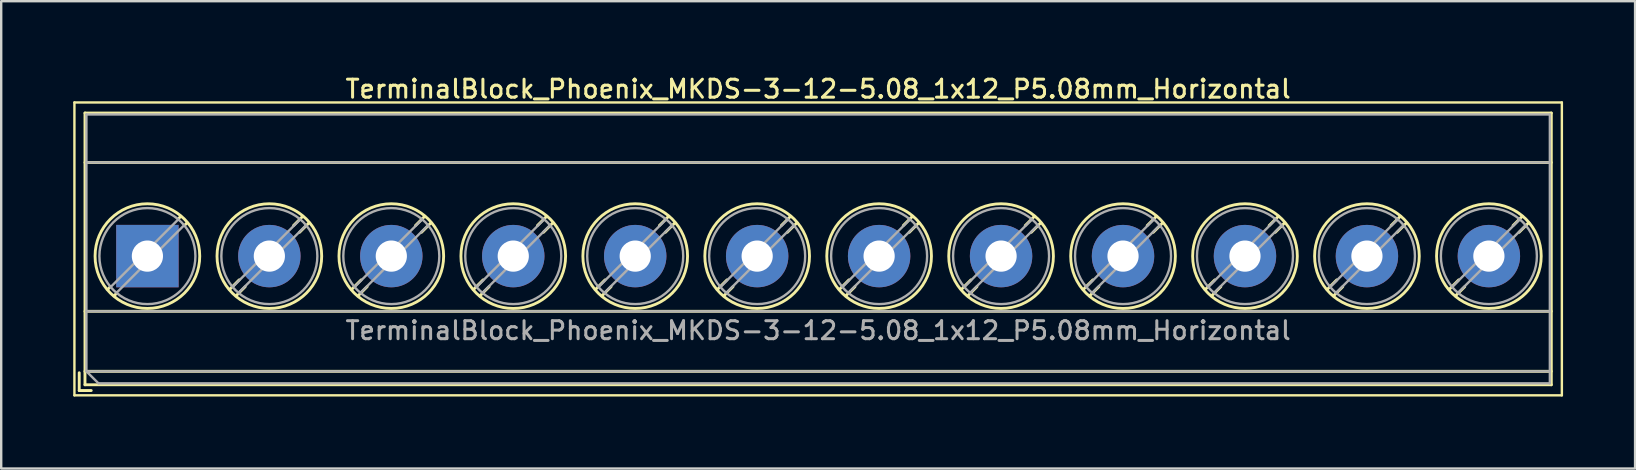
<source format=kicad_pcb>
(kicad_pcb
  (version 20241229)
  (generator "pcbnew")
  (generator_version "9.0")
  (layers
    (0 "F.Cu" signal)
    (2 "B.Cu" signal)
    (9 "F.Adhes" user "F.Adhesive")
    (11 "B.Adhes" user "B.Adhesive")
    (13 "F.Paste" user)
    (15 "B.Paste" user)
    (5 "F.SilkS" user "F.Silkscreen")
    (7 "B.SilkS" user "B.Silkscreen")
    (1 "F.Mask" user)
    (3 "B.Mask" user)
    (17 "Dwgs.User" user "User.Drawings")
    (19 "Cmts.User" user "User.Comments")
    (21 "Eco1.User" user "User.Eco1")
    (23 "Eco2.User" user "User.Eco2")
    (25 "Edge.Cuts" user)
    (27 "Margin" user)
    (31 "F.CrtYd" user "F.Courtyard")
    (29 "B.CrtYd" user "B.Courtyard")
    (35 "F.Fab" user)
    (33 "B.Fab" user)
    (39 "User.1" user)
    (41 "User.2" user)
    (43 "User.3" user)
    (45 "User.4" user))
  (footprint "TerminalBlock_Phoenix_MKDS-3-12-5.08_1x12_P5.08mm_Horizontal"
    (layer "F.Cu")
    (at 3.09 7.618)
    (property "Reference" "TerminalBlock_Phoenix_MKDS-3-12-5.08_1x12_P5.08mm_Horizontal" (at 27.94 -6.96 0) (layer "F.SilkS") (effects (font (size 0.75 0.75) (thickness 0.125))))
    (attr through_hole)
    (fp_line (start -3.04 -6.4) (end -3.04 5.8) (stroke (width 0.1) (type solid)) (layer "F.SilkS"))
    (fp_line (start -3.04 5.8) (end 58.92 5.8) (stroke (width 0.1) (type solid)) (layer "F.SilkS"))
    (fp_line (start -2.84 4.86) (end -2.84 5.6) (stroke (width 0.12) (type solid)) (layer "F.SilkS"))
    (fp_line (start -2.84 5.6) (end -2.34 5.6) (stroke (width 0.12) (type solid)) (layer "F.SilkS"))
    (fp_line (start -2.6 -5.96) (end -2.6 5.36) (stroke (width 0.12) (type solid)) (layer "F.SilkS"))
    (fp_line (start -2.6 -5.96) (end 58.48 -5.96) (stroke (width 0.12) (type solid)) (layer "F.SilkS"))
    (fp_line (start -2.6 -3.9) (end 58.48 -3.9) (stroke (width 0.12) (type solid)) (layer "F.SilkS"))
    (fp_line (start -2.6 2.3) (end 58.48 2.3) (stroke (width 0.12) (type solid)) (layer "F.SilkS"))
    (fp_line (start -2.6 4.8) (end 58.48 4.8) (stroke (width 0.12) (type solid)) (layer "F.SilkS"))
    (fp_line (start -2.6 5.36) (end 58.48 5.36) (stroke (width 0.12) (type solid)) (layer "F.SilkS"))
    (fp_line (start -1.548 1.281) (end -1.654 1.388) (stroke (width 0.12) (type solid)) (layer "F.SilkS"))
    (fp_line (start -1.282 1.547) (end -1.388 1.654) (stroke (width 0.12) (type solid)) (layer "F.SilkS"))
    (fp_line (start 1.388 -1.654) (end 1.281 -1.547) (stroke (width 0.12) (type solid)) (layer "F.SilkS"))
    (fp_line (start 1.654 -1.388) (end 1.547 -1.281) (stroke (width 0.12) (type solid)) (layer "F.SilkS"))
    (fp_line (start 3.822 0.992) (end 3.427 1.388) (stroke (width 0.12) (type solid)) (layer "F.SilkS"))
    (fp_line (start 4.073 1.274) (end 3.693 1.654) (stroke (width 0.12) (type solid)) (layer "F.SilkS"))
    (fp_line (start 6.468 -1.654) (end 6.088 -1.274) (stroke (width 0.12) (type solid)) (layer "F.SilkS"))
    (fp_line (start 6.734 -1.388) (end 6.339 -0.992) (stroke (width 0.12) (type solid)) (layer "F.SilkS"))
    (fp_line (start 8.902 0.992) (end 8.507 1.388) (stroke (width 0.12) (type solid)) (layer "F.SilkS"))
    (fp_line (start 9.153 1.274) (end 8.773 1.654) (stroke (width 0.12) (type solid)) (layer "F.SilkS"))
    (fp_line (start 11.548 -1.654) (end 11.168 -1.274) (stroke (width 0.12) (type solid)) (layer "F.SilkS"))
    (fp_line (start 11.814 -1.388) (end 11.419 -0.992) (stroke (width 0.12) (type solid)) (layer "F.SilkS"))
    (fp_line (start 13.982 0.992) (end 13.587 1.388) (stroke (width 0.12) (type solid)) (layer "F.SilkS"))
    (fp_line (start 14.233 1.274) (end 13.853 1.654) (stroke (width 0.12) (type solid)) (layer "F.SilkS"))
    (fp_line (start 16.628 -1.654) (end 16.248 -1.274) (stroke (width 0.12) (type solid)) (layer "F.SilkS"))
    (fp_line (start 16.894 -1.388) (end 16.499 -0.992) (stroke (width 0.12) (type solid)) (layer "F.SilkS"))
    (fp_line (start 19.062 0.992) (end 18.667 1.388) (stroke (width 0.12) (type solid)) (layer "F.SilkS"))
    (fp_line (start 19.313 1.274) (end 18.933 1.654) (stroke (width 0.12) (type solid)) (layer "F.SilkS"))
    (fp_line (start 21.708 -1.654) (end 21.328 -1.274) (stroke (width 0.12) (type solid)) (layer "F.SilkS"))
    (fp_line (start 21.974 -1.388) (end 21.579 -0.992) (stroke (width 0.12) (type solid)) (layer "F.SilkS"))
    (fp_line (start 24.142 0.992) (end 23.747 1.388) (stroke (width 0.12) (type solid)) (layer "F.SilkS"))
    (fp_line (start 24.393 1.274) (end 24.013 1.654) (stroke (width 0.12) (type solid)) (layer "F.SilkS"))
    (fp_line (start 26.788 -1.654) (end 26.408 -1.274) (stroke (width 0.12) (type solid)) (layer "F.SilkS"))
    (fp_line (start 27.054 -1.388) (end 26.659 -0.992) (stroke (width 0.12) (type solid)) (layer "F.SilkS"))
    (fp_line (start 29.222 0.992) (end 28.827 1.388) (stroke (width 0.12) (type solid)) (layer "F.SilkS"))
    (fp_line (start 29.473 1.274) (end 29.093 1.654) (stroke (width 0.12) (type solid)) (layer "F.SilkS"))
    (fp_line (start 31.868 -1.654) (end 31.488 -1.274) (stroke (width 0.12) (type solid)) (layer "F.SilkS"))
    (fp_line (start 32.134 -1.388) (end 31.739 -0.992) (stroke (width 0.12) (type solid)) (layer "F.SilkS"))
    (fp_line (start 34.302 0.992) (end 33.907 1.388) (stroke (width 0.12) (type solid)) (layer "F.SilkS"))
    (fp_line (start 34.553 1.274) (end 34.173 1.654) (stroke (width 0.12) (type solid)) (layer "F.SilkS"))
    (fp_line (start 36.948 -1.654) (end 36.568 -1.274) (stroke (width 0.12) (type solid)) (layer "F.SilkS"))
    (fp_line (start 37.214 -1.388) (end 36.819 -0.992) (stroke (width 0.12) (type solid)) (layer "F.SilkS"))
    (fp_line (start 39.382 0.992) (end 38.987 1.388) (stroke (width 0.12) (type solid)) (layer "F.SilkS"))
    (fp_line (start 39.633 1.274) (end 39.253 1.654) (stroke (width 0.12) (type solid)) (layer "F.SilkS"))
    (fp_line (start 42.028 -1.654) (end 41.648 -1.274) (stroke (width 0.12) (type solid)) (layer "F.SilkS"))
    (fp_line (start 42.294 -1.388) (end 41.899 -0.992) (stroke (width 0.12) (type solid)) (layer "F.SilkS"))
    (fp_line (start 44.462 0.992) (end 44.067 1.388) (stroke (width 0.12) (type solid)) (layer "F.SilkS"))
    (fp_line (start 44.713 1.274) (end 44.333 1.654) (stroke (width 0.12) (type solid)) (layer "F.SilkS"))
    (fp_line (start 47.108 -1.654) (end 46.728 -1.274) (stroke (width 0.12) (type solid)) (layer "F.SilkS"))
    (fp_line (start 47.374 -1.388) (end 46.979 -0.992) (stroke (width 0.12) (type solid)) (layer "F.SilkS"))
    (fp_line (start 49.542 0.992) (end 49.147 1.388) (stroke (width 0.12) (type solid)) (layer "F.SilkS"))
    (fp_line (start 49.793 1.274) (end 49.413 1.654) (stroke (width 0.12) (type solid)) (layer "F.SilkS"))
    (fp_line (start 52.188 -1.654) (end 51.808 -1.274) (stroke (width 0.12) (type solid)) (layer "F.SilkS"))
    (fp_line (start 52.454 -1.388) (end 52.059 -0.992) (stroke (width 0.12) (type solid)) (layer "F.SilkS"))
    (fp_line (start 54.622 0.992) (end 54.227 1.388) (stroke (width 0.12) (type solid)) (layer "F.SilkS"))
    (fp_line (start 54.873 1.274) (end 54.493 1.654) (stroke (width 0.12) (type solid)) (layer "F.SilkS"))
    (fp_line (start 57.268 -1.654) (end 56.888 -1.274) (stroke (width 0.12) (type solid)) (layer "F.SilkS"))
    (fp_line (start 57.534 -1.388) (end 57.139 -0.992) (stroke (width 0.12) (type solid)) (layer "F.SilkS"))
    (fp_line (start 58.48 -5.96) (end 58.48 5.36) (stroke (width 0.12) (type solid)) (layer "F.SilkS"))
    (fp_line (start 58.92 -6.4) (end -3.04 -6.4) (stroke (width 0.1) (type solid)) (layer "F.SilkS"))
    (fp_line (start 58.92 5.8) (end 58.92 -6.4) (stroke (width 0.1) (type solid)) (layer "F.SilkS"))
    (fp_circle (center 0 0) (end 2.18 0) (stroke (width 0.12) (type solid)) (fill no) (layer "F.SilkS"))
    (fp_circle (center 5.08 0) (end 7.26 0) (stroke (width 0.12) (type solid)) (fill no) (layer "F.SilkS"))
    (fp_circle (center 10.16 0) (end 12.34 0) (stroke (width 0.12) (type solid)) (fill no) (layer "F.SilkS"))
    (fp_circle (center 15.24 0) (end 17.42 0) (stroke (width 0.12) (type solid)) (fill no) (layer "F.SilkS"))
    (fp_circle (center 20.32 0) (end 22.5 0) (stroke (width 0.12) (type solid)) (fill no) (layer "F.SilkS"))
    (fp_circle (center 25.4 0) (end 27.58 0) (stroke (width 0.12) (type solid)) (fill no) (layer "F.SilkS"))
    (fp_circle (center 30.48 0) (end 32.66 0) (stroke (width 0.12) (type solid)) (fill no) (layer "F.SilkS"))
    (fp_circle (center 35.56 0) (end 37.74 0) (stroke (width 0.12) (type solid)) (fill no) (layer "F.SilkS"))
    (fp_circle (center 40.64 0) (end 42.82 0) (stroke (width 0.12) (type solid)) (fill no) (layer "F.SilkS"))
    (fp_circle (center 45.72 0) (end 47.9 0) (stroke (width 0.12) (type solid)) (fill no) (layer "F.SilkS"))
    (fp_circle (center 50.8 0) (end 52.98 0) (stroke (width 0.12) (type solid)) (fill no) (layer "F.SilkS"))
    (fp_circle (center 55.88 0) (end 58.06 0) (stroke (width 0.12) (type solid)) (fill no) (layer "F.SilkS"))
    (fp_line (start -2.54 -5.9) (end 58.42 -5.9) (stroke (width 0.1) (type solid)) (layer "F.Fab"))
    (fp_line (start -2.54 -3.9) (end 58.42 -3.9) (stroke (width 0.1) (type solid)) (layer "F.Fab"))
    (fp_line (start -2.54 2.3) (end 58.42 2.3) (stroke (width 0.1) (type solid)) (layer "F.Fab"))
    (fp_line (start -2.54 4.8) (end -2.54 -5.9) (stroke (width 0.1) (type solid)) (layer "F.Fab"))
    (fp_line (start -2.54 4.8) (end 58.42 4.8) (stroke (width 0.1) (type solid)) (layer "F.Fab"))
    (fp_line (start -2.04 5.3) (end -2.54 4.8) (stroke (width 0.1) (type solid)) (layer "F.Fab"))
    (fp_line (start 1.273 -1.517) (end -1.517 1.273) (stroke (width 0.1) (type solid)) (layer "F.Fab"))
    (fp_line (start 1.517 -1.273) (end -1.273 1.517) (stroke (width 0.1) (type solid)) (layer "F.Fab"))
    (fp_line (start 6.353 -1.517) (end 3.564 1.273) (stroke (width 0.1) (type solid)) (layer "F.Fab"))
    (fp_line (start 6.597 -1.273) (end 3.808 1.517) (stroke (width 0.1) (type solid)) (layer "F.Fab"))
    (fp_line (start 11.433 -1.517) (end 8.644 1.273) (stroke (width 0.1) (type solid)) (layer "F.Fab"))
    (fp_line (start 11.677 -1.273) (end 8.888 1.517) (stroke (width 0.1) (type solid)) (layer "F.Fab"))
    (fp_line (start 16.513 -1.517) (end 13.724 1.273) (stroke (width 0.1) (type solid)) (layer "F.Fab"))
    (fp_line (start 16.757 -1.273) (end 13.968 1.517) (stroke (width 0.1) (type solid)) (layer "F.Fab"))
    (fp_line (start 21.593 -1.517) (end 18.804 1.273) (stroke (width 0.1) (type solid)) (layer "F.Fab"))
    (fp_line (start 21.837 -1.273) (end 19.048 1.517) (stroke (width 0.1) (type solid)) (layer "F.Fab"))
    (fp_line (start 26.673 -1.517) (end 23.884 1.273) (stroke (width 0.1) (type solid)) (layer "F.Fab"))
    (fp_line (start 26.917 -1.273) (end 24.128 1.517) (stroke (width 0.1) (type solid)) (layer "F.Fab"))
    (fp_line (start 31.753 -1.517) (end 28.964 1.273) (stroke (width 0.1) (type solid)) (layer "F.Fab"))
    (fp_line (start 31.997 -1.273) (end 29.208 1.517) (stroke (width 0.1) (type solid)) (layer "F.Fab"))
    (fp_line (start 36.833 -1.517) (end 34.044 1.273) (stroke (width 0.1) (type solid)) (layer "F.Fab"))
    (fp_line (start 37.077 -1.273) (end 34.288 1.517) (stroke (width 0.1) (type solid)) (layer "F.Fab"))
    (fp_line (start 41.913 -1.517) (end 39.124 1.273) (stroke (width 0.1) (type solid)) (layer "F.Fab"))
    (fp_line (start 42.157 -1.273) (end 39.368 1.517) (stroke (width 0.1) (type solid)) (layer "F.Fab"))
    (fp_line (start 46.993 -1.517) (end 44.204 1.273) (stroke (width 0.1) (type solid)) (layer "F.Fab"))
    (fp_line (start 47.237 -1.273) (end 44.448 1.517) (stroke (width 0.1) (type solid)) (layer "F.Fab"))
    (fp_line (start 52.073 -1.517) (end 49.284 1.273) (stroke (width 0.1) (type solid)) (layer "F.Fab"))
    (fp_line (start 52.317 -1.273) (end 49.528 1.517) (stroke (width 0.1) (type solid)) (layer "F.Fab"))
    (fp_line (start 57.153 -1.517) (end 54.364 1.273) (stroke (width 0.1) (type solid)) (layer "F.Fab"))
    (fp_line (start 57.397 -1.273) (end 54.608 1.517) (stroke (width 0.1) (type solid)) (layer "F.Fab"))
    (fp_line (start 58.42 -5.9) (end 58.42 5.3) (stroke (width 0.1) (type solid)) (layer "F.Fab"))
    (fp_line (start 58.42 5.3) (end -2.04 5.3) (stroke (width 0.1) (type solid)) (layer "F.Fab"))
    (fp_circle (center 0 0) (end 2 0) (stroke (width 0.1) (type solid)) (fill no) (layer "F.Fab"))
    (fp_circle (center 5.08 0) (end 7.08 0) (stroke (width 0.1) (type solid)) (fill no) (layer "F.Fab"))
    (fp_circle (center 10.16 0) (end 12.16 0) (stroke (width 0.1) (type solid)) (fill no) (layer "F.Fab"))
    (fp_circle (center 15.24 0) (end 17.24 0) (stroke (width 0.1) (type solid)) (fill no) (layer "F.Fab"))
    (fp_circle (center 20.32 0) (end 22.32 0) (stroke (width 0.1) (type solid)) (fill no) (layer "F.Fab"))
    (fp_circle (center 25.4 0) (end 27.4 0) (stroke (width 0.1) (type solid)) (fill no) (layer "F.Fab"))
    (fp_circle (center 30.48 0) (end 32.48 0) (stroke (width 0.1) (type solid)) (fill no) (layer "F.Fab"))
    (fp_circle (center 35.56 0) (end 37.56 0) (stroke (width 0.1) (type solid)) (fill no) (layer "F.Fab"))
    (fp_circle (center 40.64 0) (end 42.64 0) (stroke (width 0.1) (type solid)) (fill no) (layer "F.Fab"))
    (fp_circle (center 45.72 0) (end 47.72 0) (stroke (width 0.1) (type solid)) (fill no) (layer "F.Fab"))
    (fp_circle (center 50.8 0) (end 52.8 0) (stroke (width 0.1) (type solid)) (fill no) (layer "F.Fab"))
    (fp_circle (center 55.88 0) (end 57.88 0) (stroke (width 0.1) (type solid)) (fill no) (layer "F.Fab"))
    (fp_text user "${REFERENCE}" (at 27.94 3.1 0) (layer "F.Fab") (effects (font (size 0.75 0.75) (thickness 0.125))))
    (pad "1" thru_hole rect (at 0 0) (size 2.6 2.6) (drill 1.3) (layers "*.Cu" "*.Mask"))
    (pad "2" thru_hole circle (at 5.08 0) (size 2.6 2.6) (drill 1.3) (layers "*.Cu" "*.Mask"))
    (pad "3" thru_hole circle (at 10.16 0) (size 2.6 2.6) (drill 1.3) (layers "*.Cu" "*.Mask"))
    (pad "4" thru_hole circle (at 15.24 0) (size 2.6 2.6) (drill 1.3) (layers "*.Cu" "*.Mask"))
    (pad "5" thru_hole circle (at 20.32 0) (size 2.6 2.6) (drill 1.3) (layers "*.Cu" "*.Mask"))
    (pad "6" thru_hole circle (at 25.4 0) (size 2.6 2.6) (drill 1.3) (layers "*.Cu" "*.Mask"))
    (pad "7" thru_hole circle (at 30.48 0) (size 2.6 2.6) (drill 1.3) (layers "*.Cu" "*.Mask"))
    (pad "8" thru_hole circle (at 35.56 0) (size 2.6 2.6) (drill 1.3) (layers "*.Cu" "*.Mask"))
    (pad "9" thru_hole circle (at 40.64 0) (size 2.6 2.6) (drill 1.3) (layers "*.Cu" "*.Mask"))
    (pad "10" thru_hole circle (at 45.72 0) (size 2.6 2.6) (drill 1.3) (layers "*.Cu" "*.Mask"))
    (pad "11" thru_hole circle (at 50.8 0) (size 2.6 2.6) (drill 1.3) (layers "*.Cu" "*.Mask"))
    (pad "12" thru_hole circle (at 55.88 0) (size 2.6 2.6) (drill 1.3) (layers "*.Cu" "*.Mask")))
  (gr_rect
    (start -3 -3)
    (end 65.06 16.468)
    (stroke (width 0.1) (type default))
    (fill no)
    (layer "Edge.Cuts")))
</source>
